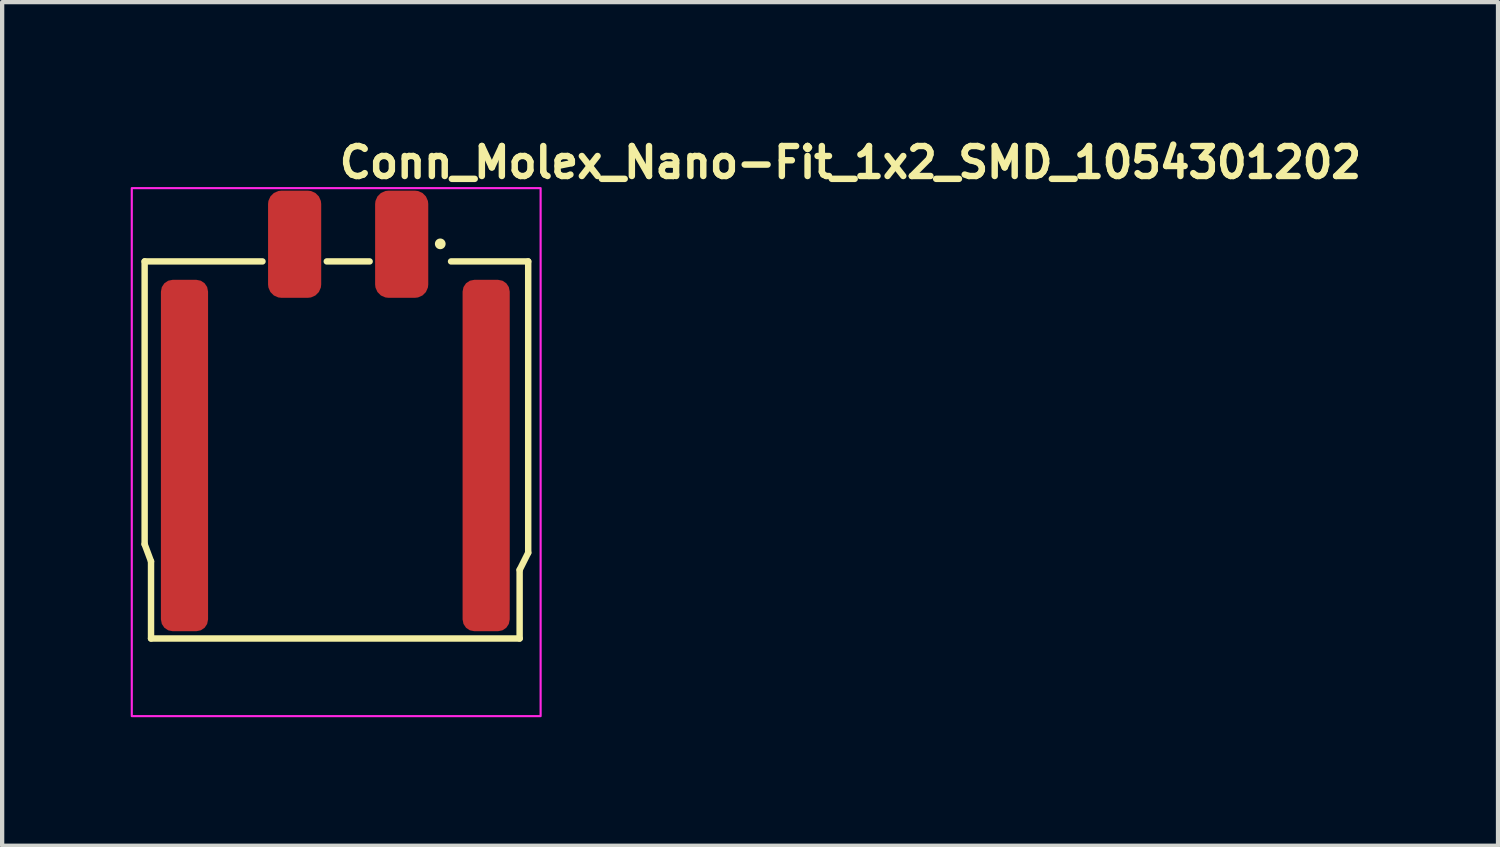
<source format=kicad_pcb>
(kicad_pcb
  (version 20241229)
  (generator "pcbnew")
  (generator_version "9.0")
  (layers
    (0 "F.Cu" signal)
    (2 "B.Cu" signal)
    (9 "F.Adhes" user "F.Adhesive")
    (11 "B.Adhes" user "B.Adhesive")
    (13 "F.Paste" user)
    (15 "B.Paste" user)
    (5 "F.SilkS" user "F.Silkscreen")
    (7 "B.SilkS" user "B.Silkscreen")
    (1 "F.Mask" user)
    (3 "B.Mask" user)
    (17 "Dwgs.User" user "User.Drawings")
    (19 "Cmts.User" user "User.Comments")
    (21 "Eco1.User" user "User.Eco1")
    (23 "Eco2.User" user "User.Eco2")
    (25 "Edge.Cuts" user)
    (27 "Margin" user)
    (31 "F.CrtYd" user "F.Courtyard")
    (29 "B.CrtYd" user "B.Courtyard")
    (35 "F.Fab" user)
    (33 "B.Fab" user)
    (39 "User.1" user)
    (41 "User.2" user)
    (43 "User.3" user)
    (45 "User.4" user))
  (footprint "Conn_Molex_Nano-Fit_1x2_SMD_1054301202"
    (layer "F.Cu")
    (at 4.795 7.55)
    (property "Reference" "Conn_Molex_Nano-Fit_1x2_SMD_1054301202" (at 0 -6.4 0) (layer "F.SilkS") (effects (font (size 0.7 0.7) (thickness 0.15)) (justify left bottom)))
    (attr smd)
    (fp_line (start -4.47 -4.5) (end -4.47 2.099) (stroke (width 0.15) (type solid)) (layer "F.SilkS"))
    (fp_line (start -4.47 2.099) (end -4.321 2.499) (stroke (width 0.15) (type solid)) (layer "F.SilkS"))
    (fp_line (start -4.321 2.499) (end -4.321 4.299) (stroke (width 0.15) (type solid)) (layer "F.SilkS"))
    (fp_line (start -4.321 4.299) (end 4.28 4.299) (stroke (width 0.15) (type solid)) (layer "F.SilkS"))
    (fp_line (start -1.72 -4.5) (end -4.47 -4.5) (stroke (width 0.15) (type solid)) (layer "F.SilkS"))
    (fp_line (start -0.22 -4.5) (end 0.78 -4.5) (stroke (width 0.15) (type solid)) (layer "F.SilkS"))
    (fp_line (start 4.28 2.698) (end 4.28 4.299) (stroke (width 0.15) (type solid)) (layer "F.SilkS"))
    (fp_line (start 4.48 -4.5) (end 2.68 -4.5) (stroke (width 0.15) (type solid)) (layer "F.SilkS"))
    (fp_line (start 4.48 2.298) (end 4.28 2.698) (stroke (width 0.15) (type solid)) (layer "F.SilkS"))
    (fp_line (start 4.48 2.298) (end 4.48 -4.5) (stroke (width 0.15) (type solid)) (layer "F.SilkS"))
    (fp_circle (center 2.428 -4.91) (end 2.478 -4.91) (stroke (width 0.15) (type solid)) (fill yes) (layer "F.SilkS"))
    (fp_rect (start -4.77 -6.21) (end 4.77 6.11) (stroke (width 0.05) (type solid)) (fill no) (layer "F.CrtYd"))
    (fp_rect (start -4.372 -5.715) (end 4.37 5.714) (stroke (width 0.1) (type solid)) (fill no) (layer "User.5"))
    (fp_line (start -4.372 -4.436) (end -4.372 2.253) (stroke (width 0.02) (type solid)) (layer "User.9"))
    (fp_line (start -4.372 2.253) (end -3.371 4.253) (stroke (width 0.02) (type solid)) (layer "User.9"))
    (fp_line (start -3.871 -4.436) (end -4.372 -4.436) (stroke (width 0.02) (type solid)) (layer "User.9"))
    (fp_line (start -3.871 -3.436) (end -3.871 -4.436) (stroke (width 0.02) (type solid)) (layer "User.9"))
    (fp_line (start -3.77 -4.436) (end -3.77 -4.287) (stroke (width 0.02) (type solid)) (layer "User.9"))
    (fp_line (start -3.77 -4.287) (end -3.77 -3.436) (stroke (width 0.02) (type solid)) (layer "User.9"))
    (fp_line (start -3.77 3.454) (end -3.77 3.704) (stroke (width 0.02) (type solid)) (layer "User.9"))
    (fp_line (start -3.77 3.704) (end -3.77 3.987) (stroke (width 0.02) (type solid)) (layer "User.9"))
    (fp_line (start -3.77 3.987) (end -3.77 3.987) (stroke (width 0.02) (type solid)) (layer "User.9"))
    (fp_line (start -3.77 3.987) (end -3.77 4.105) (stroke (width 0.02) (type solid)) (layer "User.9"))
    (fp_line (start -3.446 4.105) (end -3.77 4.105) (stroke (width 0.02) (type solid)) (layer "User.9"))
    (fp_line (start -3.446 4.105) (end -3.77 4.105) (stroke (width 0.02) (type solid)) (layer "User.9"))
    (fp_line (start -3.371 4.253) (end -2.701 4.253) (stroke (width 0.02) (type solid)) (layer "User.9"))
    (fp_line (start -3.27 -4.436) (end -3.77 -4.436) (stroke (width 0.02) (type solid)) (layer "User.9"))
    (fp_line (start -3.27 -4.436) (end -3.27 -4.287) (stroke (width 0.02) (type solid)) (layer "User.9"))
    (fp_line (start -3.27 -4.287) (end -3.77 -4.287) (stroke (width 0.02) (type solid)) (layer "User.9"))
    (fp_line (start -3.27 -4.287) (end -3.27 -3.436) (stroke (width 0.02) (type solid)) (layer "User.9"))
    (fp_line (start -3.17 -3.436) (end -3.871 -3.436) (stroke (width 0.02) (type solid)) (layer "User.9"))
    (fp_line (start -3.17 -3.436) (end -3.17 -4.436) (stroke (width 0.02) (type solid)) (layer "User.9"))
    (fp_line (start -2.5 -2.255) (end -2.5 -2.246) (stroke (width 0.02) (type solid)) (layer "User.9"))
    (fp_line (start -2.5 -2.255) (end -2.499 -2.266) (stroke (width 0.02) (type solid)) (layer "User.9"))
    (fp_line (start -2.5 -2.246) (end -2.5 -2.255) (stroke (width 0.02) (type solid)) (layer "User.9"))
    (fp_line (start -2.5 -2.246) (end -2.5 -2.237) (stroke (width 0.02) (type solid)) (layer "User.9"))
    (fp_line (start -2.5 -2.237) (end -2.5 -2.246) (stroke (width 0.02) (type solid)) (layer "User.9"))
    (fp_line (start -2.5 -2.237) (end -2.301 -2.237) (stroke (width 0.02) (type solid)) (layer "User.9"))
    (fp_line (start -2.5 4.253) (end -2.701 4.253) (stroke (width 0.02) (type solid)) (layer "User.9"))
    (fp_line (start -2.5 5.714) (end -2.5 -2.237) (stroke (width 0.02) (type solid)) (layer "User.9"))
    (fp_line (start -2.499 -2.266) (end -2.5 -2.255) (stroke (width 0.02) (type solid)) (layer "User.9"))
    (fp_line (start -2.499 -2.266) (end -2.497 -2.275) (stroke (width 0.02) (type solid)) (layer "User.9"))
    (fp_line (start -2.497 -2.275) (end -2.499 -2.266) (stroke (width 0.02) (type solid)) (layer "User.9"))
    (fp_line (start -2.497 -2.275) (end -2.495 -2.285) (stroke (width 0.02) (type solid)) (layer "User.9"))
    (fp_line (start -2.495 -2.285) (end -2.497 -2.275) (stroke (width 0.02) (type solid)) (layer "User.9"))
    (fp_line (start -2.495 -2.285) (end -2.492 -2.294) (stroke (width 0.02) (type solid)) (layer "User.9"))
    (fp_line (start -2.492 -2.294) (end -2.495 -2.285) (stroke (width 0.02) (type solid)) (layer "User.9"))
    (fp_line (start -2.492 -2.294) (end -2.489 -2.303) (stroke (width 0.02) (type solid)) (layer "User.9"))
    (fp_line (start -2.489 -2.303) (end -2.492 -2.294) (stroke (width 0.02) (type solid)) (layer "User.9"))
    (fp_line (start -2.489 -2.303) (end -2.485 -2.312) (stroke (width 0.02) (type solid)) (layer "User.9"))
    (fp_line (start -2.485 -2.312) (end -2.489 -2.303) (stroke (width 0.02) (type solid)) (layer "User.9"))
    (fp_line (start -2.485 -2.312) (end -2.481 -2.322) (stroke (width 0.02) (type solid)) (layer "User.9"))
    (fp_line (start -2.481 -2.322) (end -2.485 -2.312) (stroke (width 0.02) (type solid)) (layer "User.9"))
    (fp_line (start -2.481 -2.322) (end -2.477 -2.331) (stroke (width 0.02) (type solid)) (layer "User.9"))
    (fp_line (start -2.477 -2.331) (end -2.481 -2.322) (stroke (width 0.02) (type solid)) (layer "User.9"))
    (fp_line (start -2.477 -2.331) (end -2.472 -2.339) (stroke (width 0.02) (type solid)) (layer "User.9"))
    (fp_line (start -2.472 -2.339) (end -2.477 -2.331) (stroke (width 0.02) (type solid)) (layer "User.9"))
    (fp_line (start -2.472 -2.339) (end -2.468 -2.347) (stroke (width 0.02) (type solid)) (layer "User.9"))
    (fp_line (start -2.468 -2.347) (end -2.472 -2.339) (stroke (width 0.02) (type solid)) (layer "User.9"))
    (fp_line (start -2.468 -2.347) (end -2.461 -2.355) (stroke (width 0.02) (type solid)) (layer "User.9"))
    (fp_line (start -2.461 -2.355) (end -2.468 -2.347) (stroke (width 0.02) (type solid)) (layer "User.9"))
    (fp_line (start -2.461 -2.355) (end -2.456 -2.363) (stroke (width 0.02) (type solid)) (layer "User.9"))
    (fp_line (start -2.456 -2.363) (end -2.461 -2.355) (stroke (width 0.02) (type solid)) (layer "User.9"))
    (fp_line (start -2.456 -2.363) (end -2.449 -2.371) (stroke (width 0.02) (type solid)) (layer "User.9"))
    (fp_line (start -2.449 -2.371) (end -2.456 -2.363) (stroke (width 0.02) (type solid)) (layer "User.9"))
    (fp_line (start -2.449 -2.371) (end -2.443 -2.378) (stroke (width 0.02) (type solid)) (layer "User.9"))
    (fp_line (start -2.443 -2.378) (end -2.449 -2.371) (stroke (width 0.02) (type solid)) (layer "User.9"))
    (fp_line (start -2.443 -2.378) (end -2.443 -2.378) (stroke (width 0.02) (type solid)) (layer "User.9"))
    (fp_line (start -2.443 -2.378) (end -2.443 -2.378) (stroke (width 0.02) (type solid)) (layer "User.9"))
    (fp_line (start -2.443 -2.378) (end -2.436 -2.384) (stroke (width 0.02) (type solid)) (layer "User.9"))
    (fp_line (start -2.436 -2.384) (end -2.443 -2.378) (stroke (width 0.02) (type solid)) (layer "User.9"))
    (fp_line (start -2.436 -2.384) (end -2.427 -2.391) (stroke (width 0.02) (type solid)) (layer "User.9"))
    (fp_line (start -2.427 -2.391) (end -2.436 -2.384) (stroke (width 0.02) (type solid)) (layer "User.9"))
    (fp_line (start -2.427 -2.391) (end -2.419 -2.396) (stroke (width 0.02) (type solid)) (layer "User.9"))
    (fp_line (start -2.419 -2.396) (end -2.427 -2.391) (stroke (width 0.02) (type solid)) (layer "User.9"))
    (fp_line (start -2.419 -2.396) (end -2.411 -2.403) (stroke (width 0.02) (type solid)) (layer "User.9"))
    (fp_line (start -2.411 -2.403) (end -2.419 -2.396) (stroke (width 0.02) (type solid)) (layer "User.9"))
    (fp_line (start -2.411 -2.403) (end -2.403 -2.407) (stroke (width 0.02) (type solid)) (layer "User.9"))
    (fp_line (start -2.403 -2.407) (end -2.411 -2.403) (stroke (width 0.02) (type solid)) (layer "User.9"))
    (fp_line (start -2.403 -2.407) (end -2.395 -2.412) (stroke (width 0.02) (type solid)) (layer "User.9"))
    (fp_line (start -2.395 -2.412) (end -2.403 -2.407) (stroke (width 0.02) (type solid)) (layer "User.9"))
    (fp_line (start -2.395 -2.412) (end -2.387 -2.416) (stroke (width 0.02) (type solid)) (layer "User.9"))
    (fp_line (start -2.387 -2.416) (end -2.395 -2.412) (stroke (width 0.02) (type solid)) (layer "User.9"))
    (fp_line (start -2.387 -2.416) (end -2.378 -2.42) (stroke (width 0.02) (type solid)) (layer "User.9"))
    (fp_line (start -2.378 -2.42) (end -2.387 -2.416) (stroke (width 0.02) (type solid)) (layer "User.9"))
    (fp_line (start -2.378 -2.42) (end -2.368 -2.424) (stroke (width 0.02) (type solid)) (layer "User.9"))
    (fp_line (start -2.368 -2.424) (end -2.378 -2.42) (stroke (width 0.02) (type solid)) (layer "User.9"))
    (fp_line (start -2.368 -2.424) (end -2.359 -2.427) (stroke (width 0.02) (type solid)) (layer "User.9"))
    (fp_line (start -2.359 -2.427) (end -2.368 -2.424) (stroke (width 0.02) (type solid)) (layer "User.9"))
    (fp_line (start -2.359 -2.427) (end -2.35 -2.43) (stroke (width 0.02) (type solid)) (layer "User.9"))
    (fp_line (start -2.35 -2.43) (end -2.359 -2.427) (stroke (width 0.02) (type solid)) (layer "User.9"))
    (fp_line (start -2.35 -2.43) (end -2.34 -2.432) (stroke (width 0.02) (type solid)) (layer "User.9"))
    (fp_line (start -2.34 -2.432) (end -2.35 -2.43) (stroke (width 0.02) (type solid)) (layer "User.9"))
    (fp_line (start -2.34 -2.432) (end -2.331 -2.433) (stroke (width 0.02) (type solid)) (layer "User.9"))
    (fp_line (start -2.331 -2.433) (end -2.34 -2.432) (stroke (width 0.02) (type solid)) (layer "User.9"))
    (fp_line (start -2.331 -2.433) (end -2.32 -2.436) (stroke (width 0.02) (type solid)) (layer "User.9"))
    (fp_line (start -2.32 -2.436) (end -2.331 -2.433) (stroke (width 0.02) (type solid)) (layer "User.9"))
    (fp_line (start -2.32 -2.436) (end -2.311 -2.436) (stroke (width 0.02) (type solid)) (layer "User.9"))
    (fp_line (start -2.311 -2.436) (end -2.32 -2.436) (stroke (width 0.02) (type solid)) (layer "User.9"))
    (fp_line (start -2.311 -2.436) (end -2.301 -2.436) (stroke (width 0.02) (type solid)) (layer "User.9"))
    (fp_line (start -2.301 -2.436) (end -2.311 -2.436) (stroke (width 0.02) (type solid)) (layer "User.9"))
    (fp_line (start -2.301 5.714) (end -2.5 5.714) (stroke (width 0.02) (type solid)) (layer "User.9"))
    (fp_line (start -2.301 5.714) (end 2.899 5.714) (stroke (width 0.02) (type solid)) (layer "User.9"))
    (fp_line (start -2 -2.637) (end -2 -2.436) (stroke (width 0.02) (type solid)) (layer "User.9"))
    (fp_line (start -1.268 -5.516) (end -1.268 -5.715) (stroke (width 0.02) (type solid)) (layer "User.9"))
    (fp_line (start -1.268 -5.176) (end -1.268 -5.516) (stroke (width 0.02) (type solid)) (layer "User.9"))
    (fp_line (start -1.268 -4.827) (end -1.268 -5.176) (stroke (width 0.02) (type solid)) (layer "User.9"))
    (fp_line (start -1.268 -4.577) (end -1.268 -4.827) (stroke (width 0.02) (type solid)) (layer "User.9"))
    (fp_line (start -1.268 -4.436) (end -1.268 -4.577) (stroke (width 0.02) (type solid)) (layer "User.9"))
    (fp_line (start -0.633 -5.715) (end -1.268 -5.715) (stroke (width 0.02) (type solid)) (layer "User.9"))
    (fp_line (start -0.633 -5.516) (end -1.268 -5.516) (stroke (width 0.02) (type solid)) (layer "User.9"))
    (fp_line (start -0.633 -5.516) (end -0.633 -5.715) (stroke (width 0.02) (type solid)) (layer "User.9"))
    (fp_line (start -0.633 -5.176) (end -1.268 -5.176) (stroke (width 0.02) (type solid)) (layer "User.9"))
    (fp_line (start -0.633 -5.176) (end -0.633 -5.516) (stroke (width 0.02) (type solid)) (layer "User.9"))
    (fp_line (start -0.633 -4.827) (end -0.633 -5.176) (stroke (width 0.02) (type solid)) (layer "User.9"))
    (fp_line (start -0.633 -4.577) (end -1.268 -4.577) (stroke (width 0.02) (type solid)) (layer "User.9"))
    (fp_line (start -0.633 -4.577) (end -0.633 -4.827) (stroke (width 0.02) (type solid)) (layer "User.9"))
    (fp_line (start -0.633 -4.436) (end -0.633 -4.577) (stroke (width 0.02) (type solid)) (layer "User.9"))
    (fp_line (start 1.231 -5.516) (end 1.231 -5.715) (stroke (width 0.02) (type solid)) (layer "User.9"))
    (fp_line (start 1.231 -5.176) (end 1.231 -5.516) (stroke (width 0.02) (type solid)) (layer "User.9"))
    (fp_line (start 1.231 -4.827) (end 1.231 -5.176) (stroke (width 0.02) (type solid)) (layer "User.9"))
    (fp_line (start 1.231 -4.577) (end 1.231 -4.827) (stroke (width 0.02) (type solid)) (layer "User.9"))
    (fp_line (start 1.231 -4.436) (end 1.231 -4.577) (stroke (width 0.02) (type solid)) (layer "User.9"))
    (fp_line (start 1.866 -5.715) (end 1.231 -5.715) (stroke (width 0.02) (type solid)) (layer "User.9"))
    (fp_line (start 1.866 -5.516) (end 1.231 -5.516) (stroke (width 0.02) (type solid)) (layer "User.9"))
    (fp_line (start 1.866 -5.516) (end 1.866 -5.715) (stroke (width 0.02) (type solid)) (layer "User.9"))
    (fp_line (start 1.866 -5.176) (end 1.231 -5.176) (stroke (width 0.02) (type solid)) (layer "User.9"))
    (fp_line (start 1.866 -5.176) (end 1.866 -5.516) (stroke (width 0.02) (type solid)) (layer "User.9"))
    (fp_line (start 1.866 -4.827) (end 1.866 -5.176) (stroke (width 0.02) (type solid)) (layer "User.9"))
    (fp_line (start 1.866 -4.577) (end 1.231 -4.577) (stroke (width 0.02) (type solid)) (layer "User.9"))
    (fp_line (start 1.866 -4.577) (end 1.866 -4.827) (stroke (width 0.02) (type solid)) (layer "User.9"))
    (fp_line (start 1.866 -4.436) (end 1.866 -4.577) (stroke (width 0.02) (type solid)) (layer "User.9"))
    (fp_line (start 2.6 -2.436) (end 2.6 -2.637) (stroke (width 0.02) (type solid)) (layer "User.9"))
    (fp_line (start 2.899 -2.436) (end -2.301 -2.436) (stroke (width 0.02) (type solid)) (layer "User.9"))
    (fp_line (start 2.899 -2.436) (end 2.899 -2.237) (stroke (width 0.02) (type solid)) (layer "User.9"))
    (fp_line (start 2.899 -2.436) (end 2.908 -2.436) (stroke (width 0.02) (type solid)) (layer "User.9"))
    (fp_line (start 2.908 -2.436) (end 2.899 -2.436) (stroke (width 0.02) (type solid)) (layer "User.9"))
    (fp_line (start 2.908 -2.436) (end 2.918 -2.436) (stroke (width 0.02) (type solid)) (layer "User.9"))
    (fp_line (start 2.918 -2.436) (end 2.908 -2.436) (stroke (width 0.02) (type solid)) (layer "User.9"))
    (fp_line (start 2.918 -2.436) (end 2.928 -2.433) (stroke (width 0.02) (type solid)) (layer "User.9"))
    (fp_line (start 2.928 -2.433) (end 2.918 -2.436) (stroke (width 0.02) (type solid)) (layer "User.9"))
    (fp_line (start 2.928 -2.433) (end 2.938 -2.432) (stroke (width 0.02) (type solid)) (layer "User.9"))
    (fp_line (start 2.938 -2.432) (end 2.928 -2.433) (stroke (width 0.02) (type solid)) (layer "User.9"))
    (fp_line (start 2.938 -2.432) (end 2.947 -2.43) (stroke (width 0.02) (type solid)) (layer "User.9"))
    (fp_line (start 2.947 -2.43) (end 2.938 -2.432) (stroke (width 0.02) (type solid)) (layer "User.9"))
    (fp_line (start 2.947 -2.43) (end 2.958 -2.427) (stroke (width 0.02) (type solid)) (layer "User.9"))
    (fp_line (start 2.958 -2.427) (end 2.947 -2.43) (stroke (width 0.02) (type solid)) (layer "User.9"))
    (fp_line (start 2.958 -2.427) (end 2.967 -2.424) (stroke (width 0.02) (type solid)) (layer "User.9"))
    (fp_line (start 2.967 -2.424) (end 2.958 -2.427) (stroke (width 0.02) (type solid)) (layer "User.9"))
    (fp_line (start 2.967 -2.424) (end 2.975 -2.42) (stroke (width 0.02) (type solid)) (layer "User.9"))
    (fp_line (start 2.975 -2.42) (end 2.967 -2.424) (stroke (width 0.02) (type solid)) (layer "User.9"))
    (fp_line (start 2.975 -2.42) (end 2.984 -2.416) (stroke (width 0.02) (type solid)) (layer "User.9"))
    (fp_line (start 2.984 -2.416) (end 2.975 -2.42) (stroke (width 0.02) (type solid)) (layer "User.9"))
    (fp_line (start 2.984 -2.416) (end 2.994 -2.412) (stroke (width 0.02) (type solid)) (layer "User.9"))
    (fp_line (start 2.994 -2.412) (end 2.984 -2.416) (stroke (width 0.02) (type solid)) (layer "User.9"))
    (fp_line (start 2.994 -2.412) (end 3.001 -2.407) (stroke (width 0.02) (type solid)) (layer "User.9"))
    (fp_line (start 3.001 -2.407) (end 2.994 -2.412) (stroke (width 0.02) (type solid)) (layer "User.9"))
    (fp_line (start 3.001 -2.407) (end 3.009 -2.403) (stroke (width 0.02) (type solid)) (layer "User.9"))
    (fp_line (start 3.009 -2.403) (end 3.001 -2.407) (stroke (width 0.02) (type solid)) (layer "User.9"))
    (fp_line (start 3.009 -2.403) (end 3.017 -2.396) (stroke (width 0.02) (type solid)) (layer "User.9"))
    (fp_line (start 3.017 -2.396) (end 3.009 -2.403) (stroke (width 0.02) (type solid)) (layer "User.9"))
    (fp_line (start 3.017 -2.396) (end 3.025 -2.391) (stroke (width 0.02) (type solid)) (layer "User.9"))
    (fp_line (start 3.025 -2.391) (end 3.017 -2.396) (stroke (width 0.02) (type solid)) (layer "User.9"))
    (fp_line (start 3.025 -2.391) (end 3.033 -2.384) (stroke (width 0.02) (type solid)) (layer "User.9"))
    (fp_line (start 3.033 -2.384) (end 3.025 -2.391) (stroke (width 0.02) (type solid)) (layer "User.9"))
    (fp_line (start 3.033 -2.384) (end 3.04 -2.378) (stroke (width 0.02) (type solid)) (layer "User.9"))
    (fp_line (start 3.04 -2.378) (end 3.033 -2.384) (stroke (width 0.02) (type solid)) (layer "User.9"))
    (fp_line (start 3.04 -2.378) (end 3.04 -2.378) (stroke (width 0.02) (type solid)) (layer "User.9"))
    (fp_line (start 3.04 -2.378) (end 3.04 -2.378) (stroke (width 0.02) (type solid)) (layer "User.9"))
    (fp_line (start 3.04 -2.378) (end 3.047 -2.371) (stroke (width 0.02) (type solid)) (layer "User.9"))
    (fp_line (start 3.047 -2.371) (end 3.04 -2.378) (stroke (width 0.02) (type solid)) (layer "User.9"))
    (fp_line (start 3.047 -2.371) (end 3.053 -2.363) (stroke (width 0.02) (type solid)) (layer "User.9"))
    (fp_line (start 3.053 -2.363) (end 3.047 -2.371) (stroke (width 0.02) (type solid)) (layer "User.9"))
    (fp_line (start 3.053 -2.363) (end 3.059 -2.355) (stroke (width 0.02) (type solid)) (layer "User.9"))
    (fp_line (start 3.059 -2.355) (end 3.053 -2.363) (stroke (width 0.02) (type solid)) (layer "User.9"))
    (fp_line (start 3.059 -2.355) (end 3.066 -2.347) (stroke (width 0.02) (type solid)) (layer "User.9"))
    (fp_line (start 3.066 -2.347) (end 3.059 -2.355) (stroke (width 0.02) (type solid)) (layer "User.9"))
    (fp_line (start 3.066 -2.347) (end 3.071 -2.339) (stroke (width 0.02) (type solid)) (layer "User.9"))
    (fp_line (start 3.071 -2.339) (end 3.066 -2.347) (stroke (width 0.02) (type solid)) (layer "User.9"))
    (fp_line (start 3.071 -2.339) (end 3.076 -2.331) (stroke (width 0.02) (type solid)) (layer "User.9"))
    (fp_line (start 3.076 -2.331) (end 3.071 -2.339) (stroke (width 0.02) (type solid)) (layer "User.9"))
    (fp_line (start 3.076 -2.331) (end 3.08 -2.322) (stroke (width 0.02) (type solid)) (layer "User.9"))
    (fp_line (start 3.08 -2.322) (end 3.076 -2.331) (stroke (width 0.02) (type solid)) (layer "User.9"))
    (fp_line (start 3.08 -2.322) (end 3.084 -2.312) (stroke (width 0.02) (type solid)) (layer "User.9"))
    (fp_line (start 3.084 -2.312) (end 3.08 -2.322) (stroke (width 0.02) (type solid)) (layer "User.9"))
    (fp_line (start 3.084 -2.312) (end 3.088 -2.303) (stroke (width 0.02) (type solid)) (layer "User.9"))
    (fp_line (start 3.088 -2.303) (end 3.084 -2.312) (stroke (width 0.02) (type solid)) (layer "User.9"))
    (fp_line (start 3.088 -2.303) (end 3.091 -2.294) (stroke (width 0.02) (type solid)) (layer "User.9"))
    (fp_line (start 3.091 -2.294) (end 3.088 -2.303) (stroke (width 0.02) (type solid)) (layer "User.9"))
    (fp_line (start 3.091 -2.294) (end 3.092 -2.285) (stroke (width 0.02) (type solid)) (layer "User.9"))
    (fp_line (start 3.092 -2.285) (end 3.091 -2.294) (stroke (width 0.02) (type solid)) (layer "User.9"))
    (fp_line (start 3.092 -2.285) (end 3.096 -2.275) (stroke (width 0.02) (type solid)) (layer "User.9"))
    (fp_line (start 3.096 -2.275) (end 3.092 -2.285) (stroke (width 0.02) (type solid)) (layer "User.9"))
    (fp_line (start 3.096 -2.275) (end 3.096 -2.266) (stroke (width 0.02) (type solid)) (layer "User.9"))
    (fp_line (start 3.096 -2.266) (end 3.096 -2.275) (stroke (width 0.02) (type solid)) (layer "User.9"))
    (fp_line (start 3.096 -2.266) (end 3.099 -2.255) (stroke (width 0.02) (type solid)) (layer "User.9"))
    (fp_line (start 3.099 -2.255) (end 3.096 -2.266) (stroke (width 0.02) (type solid)) (layer "User.9"))
    (fp_line (start 3.099 -2.255) (end 3.099 -2.246) (stroke (width 0.02) (type solid)) (layer "User.9"))
    (fp_line (start 3.099 -2.246) (end 3.099 -2.255) (stroke (width 0.02) (type solid)) (layer "User.9"))
    (fp_line (start 3.099 -2.246) (end 3.1 -2.237) (stroke (width 0.02) (type solid)) (layer "User.9"))
    (fp_line (start 3.1 -2.237) (end 3.099 -2.246) (stroke (width 0.02) (type solid)) (layer "User.9"))
    (fp_line (start 3.1 -2.237) (end 3.1 5.714) (stroke (width 0.02) (type solid)) (layer "User.9"))
    (fp_line (start 3.1 5.714) (end 2.899 5.714) (stroke (width 0.02) (type solid)) (layer "User.9"))
    (fp_line (start 3.169 -4.436) (end -3.17 -4.436) (stroke (width 0.02) (type solid)) (layer "User.9"))
    (fp_line (start 3.169 -3.436) (end 3.169 -4.436) (stroke (width 0.02) (type solid)) (layer "User.9"))
    (fp_line (start 3.169 -3.436) (end 3.87 -3.436) (stroke (width 0.02) (type solid)) (layer "User.9"))
    (fp_line (start 3.269 -4.436) (end 3.269 -4.287) (stroke (width 0.02) (type solid)) (layer "User.9"))
    (fp_line (start 3.269 -4.436) (end 3.769 -4.436) (stroke (width 0.02) (type solid)) (layer "User.9"))
    (fp_line (start 3.269 -4.287) (end 3.269 -3.436) (stroke (width 0.02) (type solid)) (layer "User.9"))
    (fp_line (start 3.269 -4.287) (end 3.769 -4.287) (stroke (width 0.02) (type solid)) (layer "User.9"))
    (fp_line (start 3.299 4.253) (end 3.1 4.253) (stroke (width 0.02) (type solid)) (layer "User.9"))
    (fp_line (start 3.299 4.253) (end 3.37 4.253) (stroke (width 0.02) (type solid)) (layer "User.9"))
    (fp_line (start 3.37 4.253) (end 4.37 2.253) (stroke (width 0.02) (type solid)) (layer "User.9"))
    (fp_line (start 3.444 4.105) (end 3.769 4.105) (stroke (width 0.02) (type solid)) (layer "User.9"))
    (fp_line (start 3.444 4.105) (end 3.769 4.105) (stroke (width 0.02) (type solid)) (layer "User.9"))
    (fp_line (start 3.769 -4.436) (end 3.769 -4.287) (stroke (width 0.02) (type solid)) (layer "User.9"))
    (fp_line (start 3.769 -4.287) (end 3.769 -3.436) (stroke (width 0.02) (type solid)) (layer "User.9"))
    (fp_line (start 3.769 3.454) (end 3.769 3.704) (stroke (width 0.02) (type solid)) (layer "User.9"))
    (fp_line (start 3.769 3.704) (end 3.769 3.987) (stroke (width 0.02) (type solid)) (layer "User.9"))
    (fp_line (start 3.769 3.987) (end 3.769 3.987) (stroke (width 0.02) (type solid)) (layer "User.9"))
    (fp_line (start 3.769 3.987) (end 3.769 4.105) (stroke (width 0.02) (type solid)) (layer "User.9"))
    (fp_line (start 3.87 -3.436) (end 3.87 -4.436) (stroke (width 0.02) (type solid)) (layer "User.9"))
    (fp_line (start 4.37 -4.436) (end 3.87 -4.436) (stroke (width 0.02) (type solid)) (layer "User.9"))
    (fp_line (start 4.37 2.253) (end 4.37 -4.436) (stroke (width 0.02) (type solid)) (layer "User.9"))
    (pad "1" smd roundrect (at 1.528 -4.901 90) (size 2.5 1.24) (layers "F.Cu" "F.Mask" "F.Paste") (roundrect_rratio 0.25))
    (pad "2" smd roundrect (at -0.97 -4.901 90) (size 2.5 1.24) (layers "F.Cu" "F.Mask" "F.Paste") (roundrect_rratio 0.25))
    (pad "MP" smd roundrect (at -3.54 0.029) (size 1.1 8.2) (layers "F.Cu" "F.Mask" "F.Paste") (roundrect_rratio 0.25))
    (pad "MP" smd roundrect (at 3.499 0.029) (size 1.1 8.2) (layers "F.Cu" "F.Mask" "F.Paste") (roundrect_rratio 0.25)))
  (gr_rect
    (start -3 -3)
    (end 31.905 16.685)
    (stroke (width 0.1) (type default))
    (fill no)
    (layer "Edge.Cuts")))
</source>
